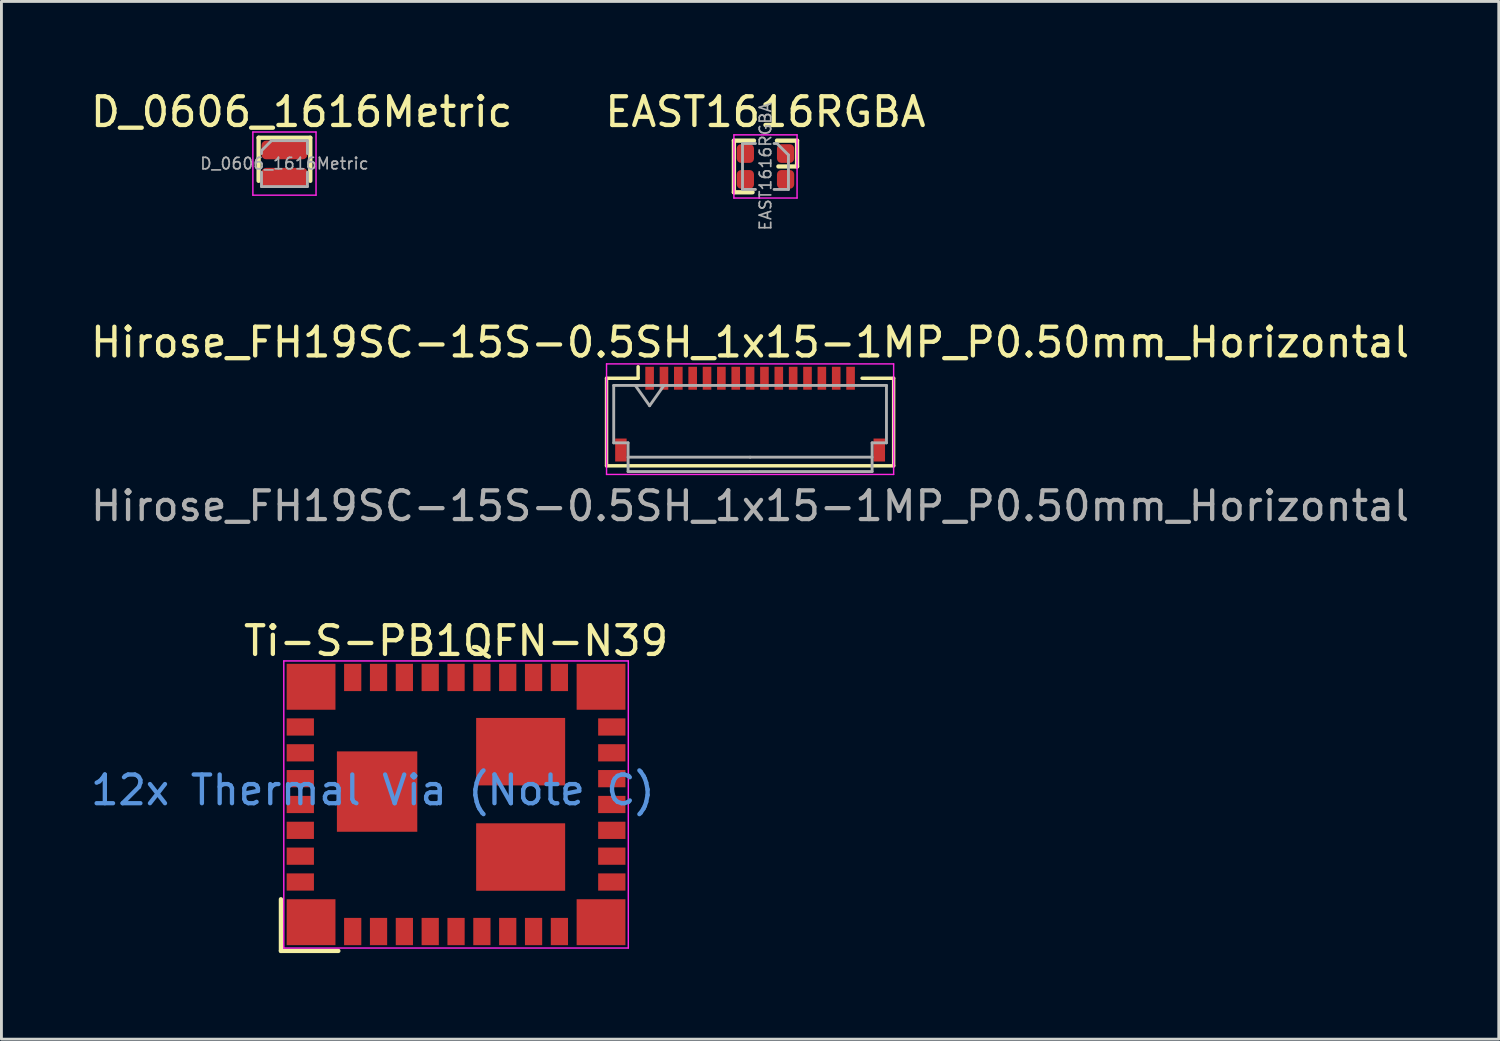
<source format=kicad_pcb>
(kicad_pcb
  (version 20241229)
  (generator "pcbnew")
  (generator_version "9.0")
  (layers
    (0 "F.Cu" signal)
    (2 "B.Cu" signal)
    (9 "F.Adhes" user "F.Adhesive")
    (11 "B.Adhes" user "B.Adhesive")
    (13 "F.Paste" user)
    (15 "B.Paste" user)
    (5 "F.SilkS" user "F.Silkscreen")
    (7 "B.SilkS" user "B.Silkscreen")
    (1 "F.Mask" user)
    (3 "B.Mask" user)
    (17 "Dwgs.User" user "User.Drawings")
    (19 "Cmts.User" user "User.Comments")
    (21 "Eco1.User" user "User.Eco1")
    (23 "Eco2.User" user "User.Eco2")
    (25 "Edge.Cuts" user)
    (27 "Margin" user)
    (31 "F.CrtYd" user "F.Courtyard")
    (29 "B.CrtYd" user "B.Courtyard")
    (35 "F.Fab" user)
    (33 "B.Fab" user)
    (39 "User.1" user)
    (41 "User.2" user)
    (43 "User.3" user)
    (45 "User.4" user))
  (footprint "Hirose_FH19SC-15S-0.5SH_1x15-1MP_P0.50mm_Horizontal"
    (layer "F.Cu")
    (at 23.077 10.875)
    (property "Reference" "Hirose_FH19SC-15S-0.5SH_1x15-1MP_P0.50mm_Horizontal" (at 0 -2 0) (layer "F.SilkS") (effects (font (size 1 1) (thickness 0.15))))
    (attr smd)
    (fp_line (start -5 -0.75) (end -5 2.3) (stroke (width 0.12) (type solid)) (layer "F.SilkS"))
    (fp_line (start -5 2.3) (end 5 2.3) (stroke (width 0.12) (type solid)) (layer "F.SilkS"))
    (fp_line (start -3.9 -0.75) (end -5 -0.75) (stroke (width 0.12) (type solid)) (layer "F.SilkS"))
    (fp_line (start -3.9 -0.75) (end -3.9 -1.15) (stroke (width 0.12) (type solid)) (layer "F.SilkS"))
    (fp_line (start 3.9 -0.75) (end 5 -0.75) (stroke (width 0.12) (type solid)) (layer "F.SilkS"))
    (fp_line (start 5 -0.75) (end 5 2.3) (stroke (width 0.12) (type solid)) (layer "F.SilkS"))
    (fp_line (start -5 -1.25) (end -5 2.6) (stroke (width 0.05) (type solid)) (layer "F.CrtYd"))
    (fp_line (start -5 2.6) (end 5 2.6) (stroke (width 0.05) (type solid)) (layer "F.CrtYd"))
    (fp_line (start 5 -1.25) (end -5 -1.25) (stroke (width 0.05) (type solid)) (layer "F.CrtYd"))
    (fp_line (start 5 2.6) (end 5 -1.25) (stroke (width 0.05) (type solid)) (layer "F.CrtYd"))
    (fp_line (start -4.75 -0.5) (end -4.75 1.5) (stroke (width 0.1) (type solid)) (layer "F.Fab"))
    (fp_line (start -4.75 1.5) (end -4.25 1.5) (stroke (width 0.1) (type solid)) (layer "F.Fab"))
    (fp_line (start -4.25 1.5) (end -4.25 2.5) (stroke (width 0.1) (type solid)) (layer "F.Fab"))
    (fp_line (start -4.25 2) (end 0 2) (stroke (width 0.1) (type solid)) (layer "F.Fab"))
    (fp_line (start -4.25 2.5) (end 0 2.5) (stroke (width 0.1) (type solid)) (layer "F.Fab"))
    (fp_line (start -4 -0.5) (end -3.5 0.207) (stroke (width 0.1) (type solid)) (layer "F.Fab"))
    (fp_line (start -3.5 0.207) (end -3 -0.5) (stroke (width 0.1) (type solid)) (layer "F.Fab"))
    (fp_line (start 0 -0.5) (end -4.75 -0.5) (stroke (width 0.1) (type solid)) (layer "F.Fab"))
    (fp_line (start 0 -0.5) (end 4.75 -0.5) (stroke (width 0.1) (type solid)) (layer "F.Fab"))
    (fp_line (start 4.25 1.5) (end 4.25 2.5) (stroke (width 0.1) (type solid)) (layer "F.Fab"))
    (fp_line (start 4.25 2) (end 0 2) (stroke (width 0.1) (type solid)) (layer "F.Fab"))
    (fp_line (start 4.25 2.5) (end 0 2.5) (stroke (width 0.1) (type solid)) (layer "F.Fab"))
    (fp_line (start 4.75 -0.5) (end 4.75 1.5) (stroke (width 0.1) (type solid)) (layer "F.Fab"))
    (fp_line (start 4.75 1.5) (end 4.25 1.5) (stroke (width 0.1) (type solid)) (layer "F.Fab"))
    (fp_text user "${REFERENCE}" (at 0 3.7 0) (layer "F.Fab") (effects (font (size 1 1) (thickness 0.15))))
    (pad "1" smd rect (at -3.5 -0.75) (size 0.3 0.8) (layers "F.Cu" "F.Mask" "F.Paste"))
    (pad "2" smd rect (at -3 -0.75) (size 0.3 0.8) (layers "F.Cu" "F.Mask" "F.Paste"))
    (pad "3" smd rect (at -2.5 -0.75) (size 0.3 0.8) (layers "F.Cu" "F.Mask" "F.Paste"))
    (pad "4" smd rect (at -2 -0.75) (size 0.3 0.8) (layers "F.Cu" "F.Mask" "F.Paste"))
    (pad "5" smd rect (at -1.5 -0.75) (size 0.3 0.8) (layers "F.Cu" "F.Mask" "F.Paste"))
    (pad "6" smd rect (at -1 -0.75) (size 0.3 0.8) (layers "F.Cu" "F.Mask" "F.Paste"))
    (pad "7" smd rect (at -0.5 -0.75) (size 0.3 0.8) (layers "F.Cu" "F.Mask" "F.Paste"))
    (pad "8" smd rect (at 0 -0.75) (size 0.3 0.8) (layers "F.Cu" "F.Mask" "F.Paste"))
    (pad "9" smd rect (at 0.5 -0.75) (size 0.3 0.8) (layers "F.Cu" "F.Mask" "F.Paste"))
    (pad "10" smd rect (at 1 -0.75) (size 0.3 0.8) (layers "F.Cu" "F.Mask" "F.Paste"))
    (pad "11" smd rect (at 1.5 -0.75) (size 0.3 0.8) (layers "F.Cu" "F.Mask" "F.Paste"))
    (pad "12" smd rect (at 2 -0.75) (size 0.3 0.8) (layers "F.Cu" "F.Mask" "F.Paste"))
    (pad "13" smd rect (at 2.5 -0.75) (size 0.3 0.8) (layers "F.Cu" "F.Mask" "F.Paste"))
    (pad "14" smd rect (at 3 -0.75) (size 0.3 0.8) (layers "F.Cu" "F.Mask" "F.Paste"))
    (pad "15" smd rect (at 3.5 -0.75) (size 0.3 0.8) (layers "F.Cu" "F.Mask" "F.Paste"))
    (pad "MP" smd rect (at -4.5 1.75) (size 0.4 0.8) (layers "F.Cu" "F.Mask" "F.Paste"))
    (pad "MP" smd rect (at 4.5 1.75) (size 0.4 0.8) (layers "F.Cu" "F.Mask" "F.Paste")))
  (footprint "EAST1616RGBA"
    (layer "F.Cu")
    (at 23.613 2.748)
    (property "Reference" "EAST1616RGBA" (at 0 -1.9 0) (layer "F.SilkS") (effects (font (size 1 1) (thickness 0.15))))
    (attr smd)
    (fp_line (start -1.1 -0.9) (end -1.1 0.9) (stroke (width 0.15) (type solid)) (layer "F.SilkS"))
    (fp_line (start -1.1 -0.9) (end -0.4 -0.9) (stroke (width 0.15) (type solid)) (layer "F.SilkS"))
    (fp_line (start -1.1 0.9) (end -0.45 0.9) (stroke (width 0.15) (type solid)) (layer "F.SilkS"))
    (fp_line (start 0.4 -0.9) (end 1.1 -0.9) (stroke (width 0.15) (type solid)) (layer "F.SilkS"))
    (fp_line (start 0.45 0) (end 1.1 0) (stroke (width 0.15) (type solid)) (layer "F.SilkS"))
    (fp_line (start 1.1 0) (end 1.1 -0.9) (stroke (width 0.15) (type solid)) (layer "F.SilkS"))
    (fp_line (start -1.1 -1.1) (end 1.1 -1.1) (stroke (width 0.05) (type solid)) (layer "F.CrtYd"))
    (fp_line (start -1.1 1.1) (end -1.1 -1.1) (stroke (width 0.05) (type solid)) (layer "F.CrtYd"))
    (fp_line (start 1.1 -1.1) (end 1.1 1.1) (stroke (width 0.05) (type solid)) (layer "F.CrtYd"))
    (fp_line (start 1.1 1.1) (end -1.1 1.1) (stroke (width 0.05) (type solid)) (layer "F.CrtYd"))
    (fp_line (start -0.8 -0.8) (end -0.35 -0.8) (stroke (width 0.1) (type solid)) (layer "F.Fab"))
    (fp_line (start -0.8 0.8) (end -0.8 -0.8) (stroke (width 0.1) (type solid)) (layer "F.Fab"))
    (fp_line (start -0.8 0.8) (end -0.35 0.8) (stroke (width 0.1) (type solid)) (layer "F.Fab"))
    (fp_line (start 0.3 -0.8) (end 0.4 -0.8) (stroke (width 0.1) (type solid)) (layer "F.Fab"))
    (fp_line (start 0.4 -0.8) (end 0.8 -0.4) (stroke (width 0.1) (type solid)) (layer "F.Fab"))
    (fp_line (start 0.8 0.8) (end 0.3 0.8) (stroke (width 0.1) (type solid)) (layer "F.Fab"))
    (fp_line (start 0.8 0.8) (end 0.8 -0.4) (stroke (width 0.1) (type solid)) (layer "F.Fab"))
    (fp_text user "${REFERENCE}" (at 0 0 90) (layer "F.Fab") (effects (font (size 0.4 0.4) (thickness 0.06))))
    (pad "1" smd roundrect (at 0.7 -0.45) (size 0.6 0.65) (layers "F.Cu" "F.Mask" "F.Paste") (roundrect_rratio 0.25))
    (pad "2" smd roundrect (at -0.7 -0.45) (size 0.6 0.65) (layers "F.Cu" "F.Mask" "F.Paste") (roundrect_rratio 0.25))
    (pad "3" smd roundrect (at 0.7 0.45) (size 0.6 0.65) (layers "F.Cu" "F.Mask" "F.Paste") (roundrect_rratio 0.25))
    (pad "4" smd roundrect (at -0.7 0.45) (size 0.6 0.65) (layers "F.Cu" "F.Mask" "F.Paste") (roundrect_rratio 0.25)))
  (footprint "D_0606_1616Metric"
    (layer "F.Cu")
    (at 6.858 2.648)
    (property "Reference" "D_0606_1616Metric" (at 0.6 -1.8 0) (layer "F.SilkS") (effects (font (size 1 1) (thickness 0.15))))
    (attr smd)
    (fp_line (start -0.9 -0.9) (end 0.9 -0.9) (stroke (width 0.15) (type solid)) (layer "F.SilkS"))
    (fp_line (start -0.9 0.6) (end -0.9 -0.9) (stroke (width 0.15) (type solid)) (layer "F.SilkS"))
    (fp_line (start 0.9 -0.9) (end 0.9 0.6) (stroke (width 0.15) (type solid)) (layer "F.SilkS"))
    (fp_line (start -1.1 -1.1) (end 1.1 -1.1) (stroke (width 0.05) (type solid)) (layer "F.CrtYd"))
    (fp_line (start -1.1 1.1) (end -1.1 -1.1) (stroke (width 0.05) (type solid)) (layer "F.CrtYd"))
    (fp_line (start 1.1 -1.1) (end 1.1 1.1) (stroke (width 0.05) (type solid)) (layer "F.CrtYd"))
    (fp_line (start 1.1 1.1) (end -1.1 1.1) (stroke (width 0.05) (type solid)) (layer "F.CrtYd"))
    (fp_line (start -0.8 -0.45) (end -0.8 -0.35) (stroke (width 0.1) (type solid)) (layer "F.Fab"))
    (fp_line (start -0.8 -0.45) (end -0.45 -0.8) (stroke (width 0.1) (type solid)) (layer "F.Fab"))
    (fp_line (start -0.8 0.8) (end -0.8 0.3) (stroke (width 0.1) (type solid)) (layer "F.Fab"))
    (fp_line (start -0.45 -0.8) (end 0.8 -0.8) (stroke (width 0.1) (type solid)) (layer "F.Fab"))
    (fp_line (start 0.8 -0.8) (end 0.8 -0.35) (stroke (width 0.1) (type solid)) (layer "F.Fab"))
    (fp_line (start 0.8 0.3) (end 0.8 0.8) (stroke (width 0.1) (type solid)) (layer "F.Fab"))
    (fp_line (start 0.8 0.8) (end -0.8 0.8) (stroke (width 0.1) (type solid)) (layer "F.Fab"))
    (fp_text user "${REFERENCE}" (at 0 0 0) (layer "F.Fab") (effects (font (size 0.4 0.4) (thickness 0.06))))
    (pad "1" smd roundrect (at 0 -0.475) (size 1.6 0.65) (layers "F.Cu" "F.Mask" "F.Paste") (roundrect_rratio 0.25))
    (pad "2" smd roundrect (at 0 0.475) (size 1.6 0.65) (layers "F.Cu" "F.Mask" "F.Paste") (roundrect_rratio 0.25)))
  (footprint "Ti-S-PB1QFN-N39"
    (layer "F.Cu")
    (at 12.835 24.972)
    (property "Reference" "Ti-S-PB1QFN-N39" (at 0 -5.7 0) (layer "F.SilkS") (effects (font (size 1 1) (thickness 0.15))))
    (attr through_hole)
    (fp_line (start -6.1 3.3) (end -6.1 5.1) (stroke (width 0.15) (type solid)) (layer "F.SilkS"))
    (fp_line (start -6.1 5.1) (end -4.1 5.1) (stroke (width 0.15) (type solid)) (layer "F.SilkS"))
    (fp_line (start -6 -5) (end -6 5) (stroke (width 0.05) (type solid)) (layer "F.CrtYd"))
    (fp_line (start -6 5) (end 6 5) (stroke (width 0.05) (type solid)) (layer "F.CrtYd"))
    (fp_line (start 6 -5) (end -6 -5) (stroke (width 0.05) (type solid)) (layer "F.CrtYd"))
    (fp_line (start 6 5) (end 6 -5) (stroke (width 0.05) (type solid)) (layer "F.CrtYd"))
    (fp_text user "12x Thermal Via (Note C)" (at -2.9 -0.5 0) (layer "Cmts.User") (effects (font (size 1 1) (thickness 0.15))))
    (pad "1" smd rect (at -5.05 4.1) (size 1.7 1.6) (layers "F.Cu" "F.Mask" "F.Paste"))
    (pad "2" smd rect (at -3.6 4.425) (size 0.6 0.95) (layers "F.Cu" "F.Mask" "F.Paste"))
    (pad "3" smd rect (at -2.7 4.425) (size 0.6 0.95) (layers "F.Cu" "F.Mask" "F.Paste"))
    (pad "4" smd rect (at -1.8 4.425) (size 0.6 0.95) (layers "F.Cu" "F.Mask" "F.Paste"))
    (pad "5" smd rect (at -0.9 4.425) (size 0.6 0.95) (layers "F.Cu" "F.Mask" "F.Paste"))
    (pad "6" smd rect (at 0 4.425) (size 0.6 0.95) (layers "F.Cu" "F.Mask" "F.Paste"))
    (pad "7" smd rect (at 0.9 4.425) (size 0.6 0.95) (layers "F.Cu" "F.Mask" "F.Paste"))
    (pad "8" smd rect (at 1.8 4.425) (size 0.6 0.95) (layers "F.Cu" "F.Mask" "F.Paste"))
    (pad "9" smd rect (at 2.7 4.425) (size 0.6 0.95) (layers "F.Cu" "F.Mask" "F.Paste"))
    (pad "10" smd rect (at 3.6 4.425) (size 0.6 0.95) (layers "F.Cu" "F.Mask" "F.Paste"))
    (pad "11" smd rect (at 5.05 4.1) (size 1.7 1.6) (layers "F.Cu" "F.Mask" "F.Paste"))
    (pad "12" smd rect (at 5.425 2.7 90) (size 0.6 0.95) (layers "F.Cu" "F.Mask" "F.Paste"))
    (pad "13" smd rect (at 5.425 1.8 90) (size 0.6 0.95) (layers "F.Cu" "F.Mask" "F.Paste"))
    (pad "14" smd rect (at 5.425 0.9 90) (size 0.6 0.95) (layers "F.Cu" "F.Mask" "F.Paste"))
    (pad "15" smd rect (at 5.425 0 90) (size 0.6 0.95) (layers "F.Cu" "F.Mask" "F.Paste"))
    (pad "16" smd rect (at 5.425 -0.9 90) (size 0.6 0.95) (layers "F.Cu" "F.Mask" "F.Paste"))
    (pad "17" smd rect (at 5.425 -1.8 90) (size 0.6 0.95) (layers "F.Cu" "F.Mask" "F.Paste"))
    (pad "18" smd rect (at 5.425 -2.7 90) (size 0.6 0.95) (layers "F.Cu" "F.Mask" "F.Paste"))
    (pad "19" smd rect (at 5.05 -4.1) (size 1.7 1.6) (layers "F.Cu" "F.Mask" "F.Paste"))
    (pad "20" smd rect (at 3.6 -4.425) (size 0.6 0.95) (layers "F.Cu" "F.Mask" "F.Paste"))
    (pad "21" smd rect (at 2.7 -4.425) (size 0.6 0.95) (layers "F.Cu" "F.Mask" "F.Paste"))
    (pad "22" smd rect (at 1.8 -4.425) (size 0.6 0.95) (layers "F.Cu" "F.Mask" "F.Paste"))
    (pad "23" smd rect (at 0.9 -4.425) (size 0.6 0.95) (layers "F.Cu" "F.Mask" "F.Paste"))
    (pad "24" smd rect (at 0 -4.425) (size 0.6 0.95) (layers "F.Cu" "F.Mask" "F.Paste"))
    (pad "25" smd rect (at -0.9 -4.425) (size 0.6 0.95) (layers "F.Cu" "F.Mask" "F.Paste"))
    (pad "26" smd rect (at -1.8 -4.425) (size 0.6 0.95) (layers "F.Cu" "F.Mask" "F.Paste"))
    (pad "27" smd rect (at -2.7 -4.425) (size 0.6 0.95) (layers "F.Cu" "F.Mask" "F.Paste"))
    (pad "28" smd rect (at -3.6 -4.425) (size 0.6 0.95) (layers "F.Cu" "F.Mask" "F.Paste"))
    (pad "29" smd rect (at -5.05 -4.1) (size 1.7 1.6) (layers "F.Cu" "F.Mask" "F.Paste"))
    (pad "30" smd rect (at -5.425 -2.7 90) (size 0.6 0.95) (layers "F.Cu" "F.Mask" "F.Paste"))
    (pad "31" smd rect (at -5.425 -1.8 90) (size 0.6 0.95) (layers "F.Cu" "F.Mask" "F.Paste"))
    (pad "32" smd rect (at -5.425 -0.9 90) (size 0.6 0.95) (layers "F.Cu" "F.Mask" "F.Paste"))
    (pad "33" smd rect (at -5.425 0 90) (size 0.6 0.95) (layers "F.Cu" "F.Mask" "F.Paste"))
    (pad "34" smd rect (at -5.425 0.9 90) (size 0.6 0.95) (layers "F.Cu" "F.Mask" "F.Paste"))
    (pad "35" smd rect (at -5.425 1.8 90) (size 0.6 0.95) (layers "F.Cu" "F.Mask" "F.Paste"))
    (pad "36" smd rect (at -5.425 2.7 90) (size 0.6 0.95) (layers "F.Cu" "F.Mask" "F.Paste"))
    (pad "37" smd rect (at -2.75 -0.45) (size 2.8 2.8) (layers "F.Cu" "F.Mask"))
    (pad "38" smd rect (at 2.25 1.83) (size 3.1 2.35) (layers "F.Cu" "F.Mask"))
    (pad "39" smd rect (at 2.25 -1.84) (size 3.1 2.35) (layers "F.Cu" "F.Mask")))
  (gr_rect
    (start -3 -3)
    (end 49.155 33.147)
    (stroke (width 0.1) (type default))
    (fill no)
    (layer "Edge.Cuts")))
</source>
